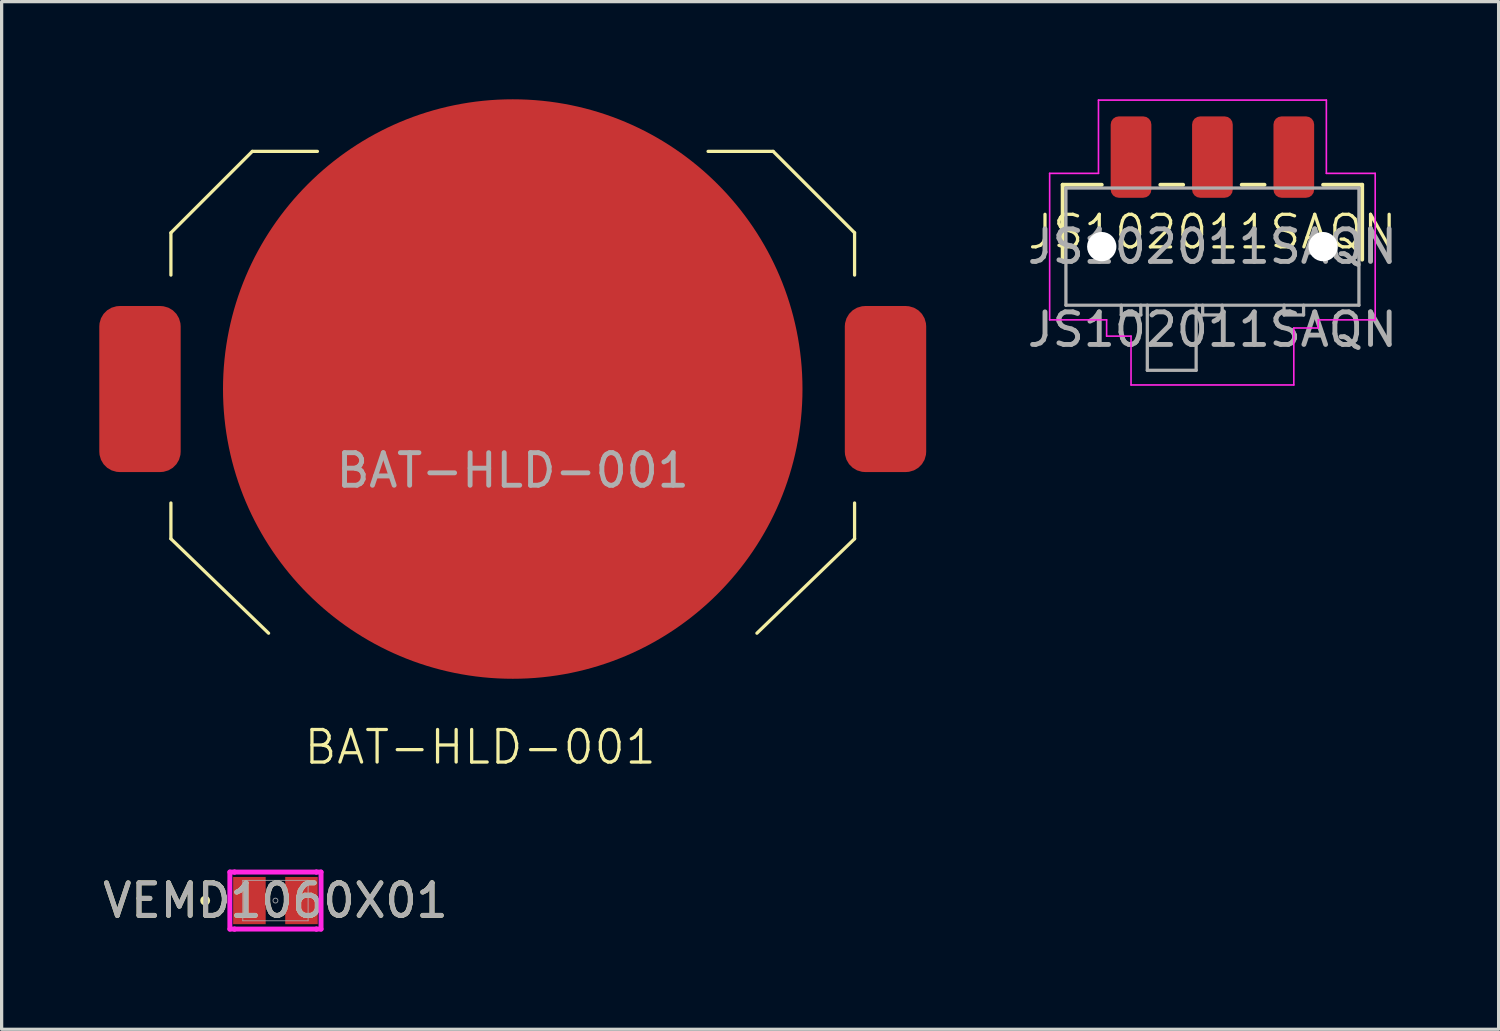
<source format=kicad_pcb>
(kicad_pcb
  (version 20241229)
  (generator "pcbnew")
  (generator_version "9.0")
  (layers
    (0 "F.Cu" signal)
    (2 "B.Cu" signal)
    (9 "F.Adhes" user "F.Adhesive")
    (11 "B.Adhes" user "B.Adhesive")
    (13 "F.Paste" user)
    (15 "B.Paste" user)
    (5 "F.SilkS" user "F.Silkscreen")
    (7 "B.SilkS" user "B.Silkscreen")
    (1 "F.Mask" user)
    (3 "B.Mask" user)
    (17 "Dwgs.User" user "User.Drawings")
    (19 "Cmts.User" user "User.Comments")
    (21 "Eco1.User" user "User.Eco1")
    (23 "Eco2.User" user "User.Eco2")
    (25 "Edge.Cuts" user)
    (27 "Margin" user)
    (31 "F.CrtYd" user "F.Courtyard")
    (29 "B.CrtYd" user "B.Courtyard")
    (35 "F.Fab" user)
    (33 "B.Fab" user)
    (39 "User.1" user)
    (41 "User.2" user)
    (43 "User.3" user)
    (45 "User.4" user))
  (footprint "JS102011SAQN"
    (layer "F.Cu")
    (at 34.192 4.525)
    (property "Reference" "JS102011SAQN" (at 0 -0.45 0) (unlocked yes) (layer "F.SilkS") (effects (font (size 1 1) (thickness 0.1))))
    (attr smd)
    (fp_line (start -4.6 -1.9) (end -3.4 -1.9) (stroke (width 0.12) (type solid)) (layer "F.SilkS"))
    (fp_line (start -4.6 0.4) (end -4.6 -1.9) (stroke (width 0.12) (type solid)) (layer "F.SilkS"))
    (fp_line (start -0.9 -1.9) (end -1.6 -1.9) (stroke (width 0.12) (type solid)) (layer "F.SilkS"))
    (fp_line (start 1.6 -1.9) (end 0.9 -1.9) (stroke (width 0.12) (type solid)) (layer "F.SilkS"))
    (fp_line (start 3.4 -1.9) (end 4.6 -1.9) (stroke (width 0.12) (type solid)) (layer "F.SilkS"))
    (fp_line (start 4.6 -1.9) (end 4.6 0.4) (stroke (width 0.12) (type solid)) (layer "F.SilkS"))
    (fp_line (start -5 -2.25) (end -5 2.25) (stroke (width 0.05) (type solid)) (layer "F.CrtYd"))
    (fp_line (start -5 2.25) (end -3.25 2.25) (stroke (width 0.05) (type solid)) (layer "F.CrtYd"))
    (fp_line (start -3.5 -4.5) (end -3.5 -2.25) (stroke (width 0.05) (type solid)) (layer "F.CrtYd"))
    (fp_line (start -3.5 -2.25) (end -5 -2.25) (stroke (width 0.05) (type solid)) (layer "F.CrtYd"))
    (fp_line (start -3.25 2.25) (end -3.25 2.75) (stroke (width 0.05) (type solid)) (layer "F.CrtYd"))
    (fp_line (start -3.25 2.75) (end -2.5 2.75) (stroke (width 0.05) (type solid)) (layer "F.CrtYd"))
    (fp_line (start -2.5 2.75) (end -2.5 4.25) (stroke (width 0.05) (type solid)) (layer "F.CrtYd"))
    (fp_line (start -2.5 4.25) (end 2.5 4.25) (stroke (width 0.05) (type solid)) (layer "F.CrtYd"))
    (fp_line (start 2.5 2.5) (end 3.25 2.5) (stroke (width 0.05) (type solid)) (layer "F.CrtYd"))
    (fp_line (start 2.5 4.25) (end 2.5 2.5) (stroke (width 0.05) (type solid)) (layer "F.CrtYd"))
    (fp_line (start 3.25 2.25) (end 5 2.25) (stroke (width 0.05) (type solid)) (layer "F.CrtYd"))
    (fp_line (start 3.25 2.5) (end 3.25 2.25) (stroke (width 0.05) (type solid)) (layer "F.CrtYd"))
    (fp_line (start 3.5 -4.5) (end -3.5 -4.5) (stroke (width 0.05) (type solid)) (layer "F.CrtYd"))
    (fp_line (start 3.5 -2.25) (end 3.5 -4.5) (stroke (width 0.05) (type solid)) (layer "F.CrtYd"))
    (fp_line (start 5 -2.25) (end 3.5 -2.25) (stroke (width 0.05) (type solid)) (layer "F.CrtYd"))
    (fp_line (start 5 2.25) (end 5 -2.25) (stroke (width 0.05) (type solid)) (layer "F.CrtYd"))
    (fp_line (start -4.5 -1.8) (end -4.5 1.8) (stroke (width 0.1) (type solid)) (layer "F.Fab"))
    (fp_line (start -4.5 -1.8) (end 4.5 -1.8) (stroke (width 0.1) (type solid)) (layer "F.Fab"))
    (fp_line (start -2.8 2.1) (end -2.8 1.8) (stroke (width 0.1) (type solid)) (layer "F.Fab"))
    (fp_line (start -2.2 1.8) (end -2.2 2.1) (stroke (width 0.1) (type solid)) (layer "F.Fab"))
    (fp_line (start -2.2 2.1) (end -2.8 2.1) (stroke (width 0.1) (type solid)) (layer "F.Fab"))
    (fp_line (start -2 3.8) (end -2 1.8) (stroke (width 0.1) (type solid)) (layer "F.Fab"))
    (fp_line (start -0.5 1.8) (end -0.5 3.8) (stroke (width 0.1) (type solid)) (layer "F.Fab"))
    (fp_line (start -0.5 3.8) (end -2 3.8) (stroke (width 0.1) (type solid)) (layer "F.Fab"))
    (fp_line (start -0.3 2.1) (end -0.3 1.8) (stroke (width 0.1) (type solid)) (layer "F.Fab"))
    (fp_line (start 0.3 1.8) (end 0.3 2.1) (stroke (width 0.1) (type solid)) (layer "F.Fab"))
    (fp_line (start 0.3 2.1) (end -0.3 2.1) (stroke (width 0.1) (type solid)) (layer "F.Fab"))
    (fp_line (start 2.2 1.8) (end 2.2 2.1) (stroke (width 0.1) (type solid)) (layer "F.Fab"))
    (fp_line (start 2.2 2.1) (end 2.8 2.1) (stroke (width 0.1) (type solid)) (layer "F.Fab"))
    (fp_line (start 2.8 2.1) (end 2.8 1.8) (stroke (width 0.1) (type solid)) (layer "F.Fab"))
    (fp_line (start 4.5 -1.8) (end 4.5 1.8) (stroke (width 0.1) (type solid)) (layer "F.Fab"))
    (fp_line (start 4.5 1.8) (end -4.5 1.8) (stroke (width 0.1) (type solid)) (layer "F.Fab"))
    (fp_text user "${REFERENCE}" (at 0 2.55 0) (unlocked yes) (layer "F.Fab") (effects (font (size 1 1) (thickness 0.15))))
    (fp_text user "${REFERENCE}" (at 0 0 0) (layer "F.Fab") (effects (font (size 1 1) (thickness 0.15))))
    (pad "" np_thru_hole circle (at -3.4 0) (size 0.9 0.9) (drill 0.9) (layers "*.Cu" "*.Mask"))
    (pad "" np_thru_hole circle (at 3.4 0) (size 0.9 0.9) (drill 0.9) (layers "*.Cu" "*.Mask"))
    (pad "1" smd roundrect (at -2.5 -2.75) (size 1.25 2.5) (layers "F.Cu" "F.Mask" "F.Paste") (roundrect_rratio 0.2))
    (pad "2" smd roundrect (at 0 -2.75) (size 1.25 2.5) (layers "F.Cu" "F.Mask" "F.Paste") (roundrect_rratio 0.2))
    (pad "3" smd roundrect (at 2.5 -2.75) (size 1.25 2.5) (layers "F.Cu" "F.Mask" "F.Paste") (roundrect_rratio 0.2)))
  (footprint "VEMD1060X01"
    (layer "F.Cu")
    (at 5.411 24.613)
    (property "Reference" "VEMD1060X01" (at 0 0 0) (unlocked yes) (layer "F.SilkS") (effects (font (size 1 1) (thickness 0.15))))
    (attr smd)
    (fp_circle (center -2.159 0) (end -2.083 0) (stroke (width 0.152) (type solid)) (fill no) (layer "F.SilkS"))
    (fp_line (start -1.4 -0.876) (end -1.257 -0.876) (stroke (width 0.152) (type solid)) (layer "F.CrtYd"))
    (fp_line (start -1.4 0.876) (end -1.4 -0.876) (stroke (width 0.152) (type solid)) (layer "F.CrtYd"))
    (fp_line (start -1.257 -0.876) (end -1.257 -0.876) (stroke (width 0.152) (type solid)) (layer "F.CrtYd"))
    (fp_line (start -1.257 -0.876) (end 1.4 -0.876) (stroke (width 0.152) (type solid)) (layer "F.CrtYd"))
    (fp_line (start -1.257 0.876) (end -1.257 0.876) (stroke (width 0.152) (type solid)) (layer "F.CrtYd"))
    (fp_line (start -1.257 0.876) (end -1.257 0.876) (stroke (width 0.152) (type solid)) (layer "F.CrtYd"))
    (fp_line (start 1.257 -0.876) (end 1.257 -0.876) (stroke (width 0.152) (type solid)) (layer "F.CrtYd"))
    (fp_line (start 1.257 -0.876) (end 1.257 -0.876) (stroke (width 0.152) (type solid)) (layer "F.CrtYd"))
    (fp_line (start 1.257 0.876) (end 1.257 0.876) (stroke (width 0.152) (type solid)) (layer "F.CrtYd"))
    (fp_line (start 1.257 0.876) (end 1.257 0.876) (stroke (width 0.152) (type solid)) (layer "F.CrtYd"))
    (fp_line (start 1.4 -0.876) (end 1.4 0.876) (stroke (width 0.152) (type solid)) (layer "F.CrtYd"))
    (fp_line (start 1.4 0.876) (end -1.4 0.876) (stroke (width 0.152) (type solid)) (layer "F.CrtYd"))
    (fp_line (start -1.003 -0.622) (end -1.003 0.622) (stroke (width 0.025) (type solid)) (layer "F.Fab"))
    (fp_line (start -1.003 0.622) (end 1.003 0.622) (stroke (width 0.025) (type solid)) (layer "F.Fab"))
    (fp_line (start 1.003 -0.622) (end -1.003 -0.622) (stroke (width 0.025) (type solid)) (layer "F.Fab"))
    (fp_line (start 1.003 0.622) (end 1.003 -0.622) (stroke (width 0.025) (type solid)) (layer "F.Fab"))
    (fp_circle (center 0 0) (end 0.076 0) (stroke (width 0.025) (type solid)) (fill no) (layer "F.Fab"))
    (fp_text user "${REFERENCE}" (at 0 0 0) (unlocked yes) (layer "F.Fab") (effects (font (size 1 1) (thickness 0.15))))
    (pad "1" smd rect (at -0.8 0) (size 1 1.45) (layers "F.Cu" "F.Mask" "F.Paste"))
    (pad "2" smd rect (at 0.8 0) (size 1 1.45) (layers "F.Cu" "F.Mask" "F.Paste")))
  (footprint "BAT-HLD-001"
    (layer "F.Cu")
    (at 12.7 8.9)
    (property "Reference" "BAT-HLD-001" (at -1 11 0) (unlocked yes) (layer "F.SilkS") (effects (font (size 1 1) (thickness 0.1))))
    (attr smd)
    (fp_line (start -10.5 -4.8) (end -10.5 -3.5) (stroke (width 0.1) (type default)) (layer "F.SilkS"))
    (fp_line (start -10.5 -4.8) (end -8 -7.3) (stroke (width 0.1) (type default)) (layer "F.SilkS"))
    (fp_line (start -10.5 3.5) (end -10.5 4.6) (stroke (width 0.1) (type default)) (layer "F.SilkS"))
    (fp_line (start -10.5 4.6) (end -7.5 7.5) (stroke (width 0.1) (type default)) (layer "F.SilkS"))
    (fp_line (start -8 -7.3) (end -6 -7.3) (stroke (width 0.1) (type default)) (layer "F.SilkS"))
    (fp_line (start 8 -7.3) (end 6 -7.3) (stroke (width 0.1) (type default)) (layer "F.SilkS"))
    (fp_line (start 10.5 -4.8) (end 8 -7.3) (stroke (width 0.1) (type default)) (layer "F.SilkS"))
    (fp_line (start 10.5 -4.8) (end 10.5 -3.5) (stroke (width 0.1) (type default)) (layer "F.SilkS"))
    (fp_line (start 10.5 3.5) (end 10.5 4.6) (stroke (width 0.1) (type default)) (layer "F.SilkS"))
    (fp_line (start 10.5 4.6) (end 7.5 7.5) (stroke (width 0.1) (type default)) (layer "F.SilkS"))
    (fp_text user "${REFERENCE}" (at 0 2.5 0) (unlocked yes) (layer "F.Fab") (effects (font (size 1 1) (thickness 0.15))))
    (pad "1" smd roundrect (at -11.45 0) (size 2.5 5.1) (layers "F.Cu" "F.Mask" "F.Paste") (roundrect_rratio 0.25))
    (pad "1" smd roundrect (at 11.45 0) (size 2.5 5.1) (layers "F.Cu" "F.Mask" "F.Paste") (roundrect_rratio 0.25))
    (pad "2" smd circle (at 0 0) (size 17.8 17.8) (layers "F.Cu" "F.Mask")))
  (gr_rect
    (start -3 -3)
    (end 42.983 28.566)
    (stroke (width 0.1) (type default))
    (fill no)
    (layer "Edge.Cuts")))
</source>
